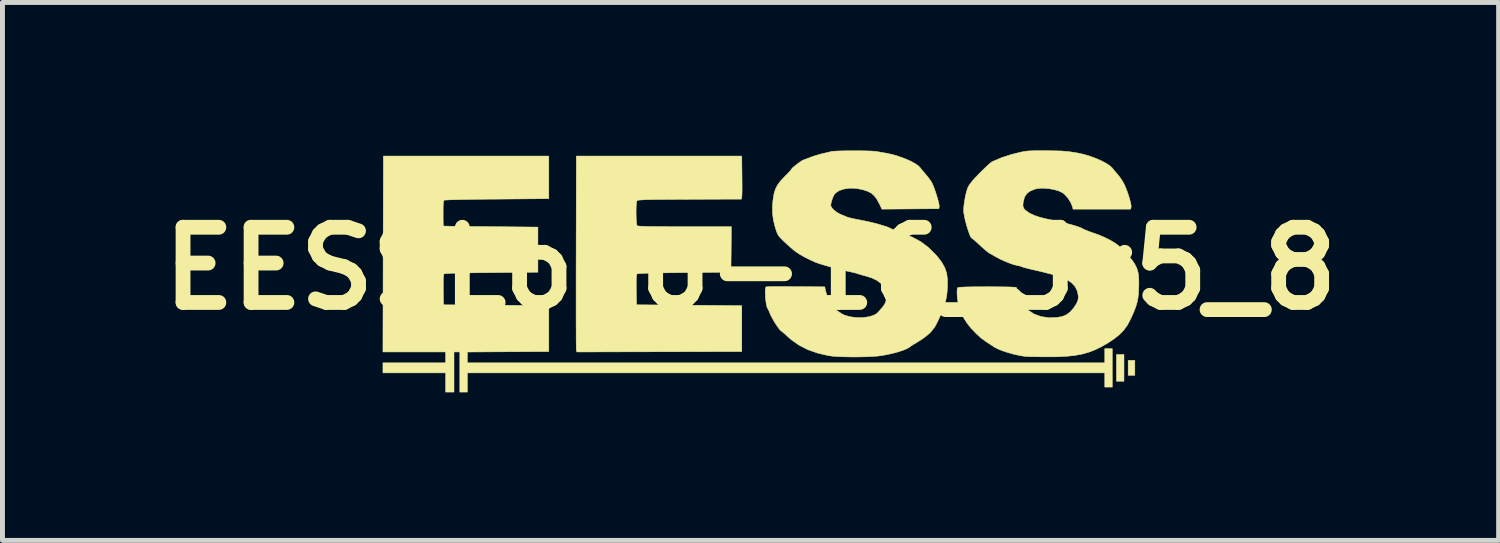
<source format=kicad_pcb>
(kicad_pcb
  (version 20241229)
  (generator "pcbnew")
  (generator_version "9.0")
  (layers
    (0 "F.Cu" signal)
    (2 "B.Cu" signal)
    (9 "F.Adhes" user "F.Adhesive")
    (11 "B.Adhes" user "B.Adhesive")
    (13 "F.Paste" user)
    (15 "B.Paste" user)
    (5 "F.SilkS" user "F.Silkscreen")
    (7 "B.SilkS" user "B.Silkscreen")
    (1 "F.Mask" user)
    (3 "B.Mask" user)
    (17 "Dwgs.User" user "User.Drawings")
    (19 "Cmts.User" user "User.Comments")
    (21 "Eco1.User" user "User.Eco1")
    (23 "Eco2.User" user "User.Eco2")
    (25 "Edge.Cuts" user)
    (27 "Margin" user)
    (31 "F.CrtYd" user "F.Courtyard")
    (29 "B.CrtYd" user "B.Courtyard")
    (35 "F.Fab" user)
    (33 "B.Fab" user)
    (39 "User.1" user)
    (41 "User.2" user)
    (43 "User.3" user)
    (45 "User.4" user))
  (footprint "EESSLogo-16_3x5_8"
    (layer "F.Cu")
    (at 12.163 2.391)
    (property "Reference" "EESSLogo-16_3x5_8" (at 0 0 0) (layer "F.SilkS") (effects (font (size 1.524 1.524) (thickness 0.3))))
    (attr through_hole)
    (fp_poly (pts (xy 7.569 2.286) (xy 7.417 2.286) (xy 7.417 1.744) (xy 7.569 1.744) (xy 7.569 2.286)) (stroke (width 0.01) (type solid)) (fill yes) (layer "F.SilkS"))
    (fp_poly (pts (xy 7.789 2.167) (xy 7.654 2.167) (xy 7.654 1.863) (xy 7.789 1.863) (xy 7.789 2.167)) (stroke (width 0.01) (type solid)) (fill yes) (layer "F.SilkS"))
    (fp_poly (pts (xy -4.089 -1.414) (xy -5.139 -1.405) (xy -5.325 -1.404) (xy -5.501 -1.402) (xy -5.664 -1.399) (xy -5.812 -1.397) (xy -5.941 -1.394) (xy -6.048 -1.392) (xy -6.13 -1.389) (xy -6.185 -1.386) (xy -6.21 -1.384) (xy -6.21 -1.383) (xy -6.219 -1.366) (xy -6.226 -1.327) (xy -6.23 -1.262) (xy -6.231 -1.168) (xy -6.231 -1.117) (xy -6.231 -1.028) (xy -6.23 -0.952) (xy -6.229 -0.896) (xy -6.228 -0.864) (xy -6.227 -0.86) (xy -6.21 -0.859) (xy -6.162 -0.858) (xy -6.086 -0.856) (xy -5.985 -0.855) (xy -5.863 -0.853) (xy -5.722 -0.852) (xy -5.565 -0.85) (xy -5.396 -0.848) (xy -5.266 -0.847) (xy -4.31 -0.838) (xy -4.31 0.076) (xy -5.253 0.085) (xy -5.487 0.087) (xy -5.688 0.09) (xy -5.856 0.093) (xy -5.991 0.096) (xy -6.094 0.1) (xy -6.165 0.104) (xy -6.205 0.108) (xy -6.214 0.111) (xy -6.221 0.137) (xy -6.226 0.195) (xy -6.228 0.286) (xy -6.228 0.408) (xy -6.228 0.433) (xy -6.223 0.737) (xy -5.156 0.745) (xy -4.089 0.754) (xy -4.089 1.685) (xy -4.915 1.689) (xy -5.74 1.694) (xy -5.74 1.913) (xy 7.18 1.913) (xy 7.18 1.626) (xy 7.332 1.626) (xy 7.332 2.405) (xy 7.18 2.405) (xy 7.18 2.117) (xy -5.74 2.117) (xy -5.74 2.506) (xy -5.893 2.506) (xy -5.893 1.693) (xy -6.011 1.693) (xy -6.011 2.506) (xy -6.181 2.506) (xy -6.181 2.117) (xy -7.451 2.117) (xy -7.451 1.913) (xy -6.181 1.913) (xy -6.181 1.693) (xy -7.451 1.693) (xy -7.447 -0.292) (xy -7.442 -2.278) (xy -4.089 -2.278) (xy -4.089 -1.414)) (stroke (width 0.01) (type solid)) (fill yes) (layer "F.SilkS"))
    (fp_poly (pts (xy -0.173 -1.841) (xy -0.172 -1.703) (xy -0.172 -1.596) (xy -0.173 -1.516) (xy -0.176 -1.46) (xy -0.18 -1.425) (xy -0.186 -1.408) (xy -0.19 -1.405) (xy -0.211 -1.405) (xy -0.262 -1.405) (xy -0.341 -1.405) (xy -0.445 -1.405) (xy -0.571 -1.404) (xy -0.716 -1.403) (xy -0.877 -1.403) (xy -1.051 -1.402) (xy -1.235 -1.401) (xy -1.249 -1.401) (xy -1.466 -1.4) (xy -1.65 -1.399) (xy -1.806 -1.398) (xy -1.935 -1.397) (xy -2.04 -1.395) (xy -2.123 -1.393) (xy -2.187 -1.39) (xy -2.235 -1.387) (xy -2.268 -1.384) (xy -2.288 -1.38) (xy -2.3 -1.375) (xy -2.303 -1.372) (xy -2.311 -1.343) (xy -2.316 -1.29) (xy -2.319 -1.219) (xy -2.32 -1.139) (xy -2.319 -1.057) (xy -2.316 -0.981) (xy -2.311 -0.919) (xy -2.304 -0.878) (xy -2.3 -0.867) (xy -2.286 -0.862) (xy -2.255 -0.858) (xy -2.204 -0.855) (xy -2.132 -0.852) (xy -2.035 -0.85) (xy -1.913 -0.849) (xy -1.764 -0.848) (xy -1.585 -0.847) (xy -1.374 -0.847) (xy -1.334 -0.847) (xy -0.389 -0.847) (xy -0.393 -0.385) (xy -0.398 0.076) (xy -1.341 0.085) (xy -1.576 0.087) (xy -1.776 0.09) (xy -1.944 0.093) (xy -2.08 0.096) (xy -2.183 0.1) (xy -2.254 0.104) (xy -2.293 0.108) (xy -2.302 0.111) (xy -2.31 0.137) (xy -2.315 0.195) (xy -2.317 0.286) (xy -2.316 0.408) (xy -2.316 0.433) (xy -2.311 0.737) (xy -1.245 0.745) (xy -0.178 0.754) (xy -0.178 1.685) (xy -3.521 1.693) (xy -3.531 1.655) (xy -3.532 1.634) (xy -3.533 1.58) (xy -3.534 1.497) (xy -3.535 1.387) (xy -3.535 1.252) (xy -3.536 1.093) (xy -3.536 0.914) (xy -3.536 0.716) (xy -3.536 0.502) (xy -3.536 0.273) (xy -3.536 0.032) (xy -3.535 -0.219) (xy -3.535 -0.33) (xy -3.531 -2.278) (xy -0.178 -2.278) (xy -0.173 -1.841)) (stroke (width 0.01) (type solid)) (fill yes) (layer "F.SilkS"))
    (fp_poly (pts (xy 5.972 -2.386) (xy 6.107 -2.385) (xy 6.216 -2.383) (xy 6.306 -2.38) (xy 6.385 -2.374) (xy 6.459 -2.366) (xy 6.538 -2.355) (xy 6.627 -2.34) (xy 6.638 -2.338) (xy 6.755 -2.312) (xy 6.877 -2.276) (xy 6.996 -2.232) (xy 7.108 -2.183) (xy 7.205 -2.132) (xy 7.282 -2.082) (xy 7.334 -2.034) (xy 7.342 -2.023) (xy 7.367 -1.991) (xy 7.405 -1.946) (xy 7.439 -1.907) (xy 7.487 -1.847) (xy 7.536 -1.775) (xy 7.566 -1.722) (xy 7.598 -1.652) (xy 7.631 -1.569) (xy 7.661 -1.482) (xy 7.686 -1.398) (xy 7.705 -1.325) (xy 7.714 -1.269) (xy 7.714 -1.242) (xy 7.704 -1.202) (xy 7.12 -1.202) (xy 6.537 -1.202) (xy 6.526 -1.247) (xy 6.493 -1.331) (xy 6.44 -1.417) (xy 6.377 -1.491) (xy 6.326 -1.533) (xy 6.249 -1.57) (xy 6.15 -1.599) (xy 6.04 -1.618) (xy 5.93 -1.627) (xy 5.83 -1.622) (xy 5.765 -1.608) (xy 5.672 -1.57) (xy 5.607 -1.524) (xy 5.564 -1.466) (xy 5.546 -1.42) (xy 5.525 -1.334) (xy 5.521 -1.27) (xy 5.535 -1.222) (xy 5.568 -1.182) (xy 5.573 -1.178) (xy 5.653 -1.122) (xy 5.751 -1.075) (xy 5.874 -1.034) (xy 6.024 -0.997) (xy 6.113 -0.98) (xy 6.19 -0.966) (xy 6.255 -0.953) (xy 6.3 -0.944) (xy 6.318 -0.939) (xy 6.337 -0.932) (xy 6.382 -0.919) (xy 6.445 -0.902) (xy 6.495 -0.889) (xy 6.574 -0.866) (xy 6.65 -0.841) (xy 6.709 -0.817) (xy 6.73 -0.806) (xy 6.776 -0.783) (xy 6.844 -0.756) (xy 6.922 -0.727) (xy 6.968 -0.712) (xy 7.075 -0.673) (xy 7.189 -0.623) (xy 7.299 -0.567) (xy 7.393 -0.51) (xy 7.438 -0.478) (xy 7.496 -0.428) (xy 7.565 -0.36) (xy 7.636 -0.284) (xy 7.701 -0.209) (xy 7.738 -0.162) (xy 7.79 -0.084) (xy 7.828 -0.008) (xy 7.853 0.074) (xy 7.867 0.167) (xy 7.871 0.281) (xy 7.869 0.381) (xy 7.864 0.494) (xy 7.854 0.591) (xy 7.837 0.68) (xy 7.811 0.769) (xy 7.774 0.868) (xy 7.723 0.984) (xy 7.699 1.036) (xy 7.638 1.15) (xy 7.565 1.25) (xy 7.476 1.341) (xy 7.364 1.43) (xy 7.247 1.508) (xy 7.113 1.586) (xy 6.982 1.65) (xy 6.85 1.7) (xy 6.712 1.738) (xy 6.561 1.765) (xy 6.393 1.782) (xy 6.203 1.791) (xy 5.997 1.792) (xy 5.883 1.791) (xy 5.778 1.79) (xy 5.688 1.788) (xy 5.617 1.786) (xy 5.573 1.784) (xy 5.563 1.783) (xy 5.453 1.765) (xy 5.336 1.739) (xy 5.218 1.706) (xy 5.109 1.67) (xy 5.016 1.633) (xy 4.947 1.598) (xy 4.941 1.594) (xy 4.885 1.557) (xy 4.819 1.514) (xy 4.775 1.485) (xy 4.671 1.409) (xy 4.569 1.316) (xy 4.473 1.215) (xy 4.39 1.111) (xy 4.325 1.011) (xy 4.284 0.921) (xy 4.283 0.917) (xy 4.265 0.871) (xy 4.248 0.837) (xy 4.246 0.834) (xy 4.229 0.798) (xy 4.214 0.738) (xy 4.201 0.664) (xy 4.191 0.585) (xy 4.186 0.509) (xy 4.186 0.445) (xy 4.192 0.402) (xy 4.196 0.393) (xy 4.208 0.387) (xy 4.235 0.382) (xy 4.281 0.379) (xy 4.349 0.376) (xy 4.44 0.374) (xy 4.559 0.372) (xy 4.708 0.372) (xy 4.792 0.371) (xy 4.929 0.372) (xy 5.055 0.373) (xy 5.167 0.374) (xy 5.26 0.376) (xy 5.33 0.379) (xy 5.373 0.382) (xy 5.386 0.384) (xy 5.396 0.408) (xy 5.409 0.452) (xy 5.416 0.483) (xy 5.461 0.625) (xy 5.533 0.747) (xy 5.629 0.847) (xy 5.746 0.924) (xy 5.882 0.974) (xy 6.035 0.998) (xy 6.086 0.999) (xy 6.215 0.993) (xy 6.318 0.974) (xy 6.403 0.939) (xy 6.476 0.884) (xy 6.544 0.808) (xy 6.554 0.795) (xy 6.608 0.712) (xy 6.638 0.64) (xy 6.644 0.568) (xy 6.63 0.484) (xy 6.62 0.451) (xy 6.576 0.363) (xy 6.5 0.285) (xy 6.394 0.217) (xy 6.258 0.162) (xy 6.179 0.138) (xy 6.08 0.112) (xy 6.002 0.092) (xy 5.936 0.075) (xy 5.869 0.059) (xy 5.792 0.041) (xy 5.723 0.026) (xy 5.644 0.007) (xy 5.575 -0.011) (xy 5.524 -0.025) (xy 5.5 -0.034) (xy 5.465 -0.047) (xy 5.414 -0.059) (xy 5.398 -0.062) (xy 5.333 -0.078) (xy 5.249 -0.107) (xy 5.154 -0.146) (xy 5.059 -0.189) (xy 4.974 -0.234) (xy 4.952 -0.247) (xy 4.902 -0.276) (xy 4.864 -0.297) (xy 4.847 -0.305) (xy 4.83 -0.316) (xy 4.793 -0.344) (xy 4.743 -0.387) (xy 4.685 -0.438) (xy 4.625 -0.493) (xy 4.583 -0.531) (xy 4.539 -0.571) (xy 4.505 -0.599) (xy 4.488 -0.61) (xy 4.471 -0.625) (xy 4.449 -0.667) (xy 4.425 -0.73) (xy 4.399 -0.807) (xy 4.374 -0.892) (xy 4.351 -0.978) (xy 4.334 -1.06) (xy 4.322 -1.13) (xy 4.319 -1.177) (xy 4.323 -1.26) (xy 4.336 -1.357) (xy 4.354 -1.458) (xy 4.375 -1.551) (xy 4.399 -1.625) (xy 4.408 -1.647) (xy 4.438 -1.699) (xy 4.488 -1.764) (xy 4.559 -1.844) (xy 4.651 -1.939) (xy 4.721 -2.008) (xy 4.785 -2.069) (xy 4.84 -2.119) (xy 4.879 -2.152) (xy 4.894 -2.162) (xy 5.084 -2.244) (xy 5.288 -2.31) (xy 5.388 -2.335) (xy 5.46 -2.353) (xy 5.52 -2.366) (xy 5.575 -2.375) (xy 5.631 -2.381) (xy 5.696 -2.384) (xy 5.776 -2.386) (xy 5.878 -2.386) (xy 5.972 -2.386)) (stroke (width 0.01) (type solid)) (fill yes) (layer "F.SilkS"))
    (fp_poly (pts (xy 2.269 -2.384) (xy 2.371 -2.382) (xy 2.458 -2.379) (xy 2.523 -2.374) (xy 2.548 -2.371) (xy 2.665 -2.351) (xy 2.755 -2.335) (xy 2.828 -2.32) (xy 2.89 -2.305) (xy 2.95 -2.288) (xy 2.985 -2.277) (xy 3.117 -2.23) (xy 3.234 -2.18) (xy 3.33 -2.129) (xy 3.401 -2.08) (xy 3.443 -2.036) (xy 3.46 -2.014) (xy 3.493 -1.974) (xy 3.535 -1.925) (xy 3.541 -1.918) (xy 3.59 -1.859) (xy 3.636 -1.799) (xy 3.668 -1.751) (xy 3.692 -1.702) (xy 3.72 -1.632) (xy 3.749 -1.551) (xy 3.776 -1.466) (xy 3.799 -1.386) (xy 3.816 -1.317) (xy 3.824 -1.269) (xy 3.824 -1.256) (xy 3.818 -1.211) (xy 2.663 -1.202) (xy 2.616 -1.299) (xy 2.563 -1.399) (xy 2.51 -1.471) (xy 2.451 -1.524) (xy 2.376 -1.563) (xy 2.278 -1.595) (xy 2.264 -1.599) (xy 2.137 -1.623) (xy 2.012 -1.627) (xy 1.898 -1.611) (xy 1.799 -1.579) (xy 1.723 -1.529) (xy 1.712 -1.518) (xy 1.685 -1.476) (xy 1.658 -1.414) (xy 1.637 -1.346) (xy 1.626 -1.287) (xy 1.626 -1.276) (xy 1.64 -1.239) (xy 1.677 -1.195) (xy 1.731 -1.15) (xy 1.794 -1.111) (xy 1.829 -1.095) (xy 1.887 -1.071) (xy 1.941 -1.048) (xy 1.956 -1.042) (xy 1.995 -1.03) (xy 2.057 -1.014) (xy 2.131 -0.999) (xy 2.167 -0.992) (xy 2.314 -0.963) (xy 2.454 -0.932) (xy 2.584 -0.899) (xy 2.697 -0.865) (xy 2.788 -0.834) (xy 2.851 -0.805) (xy 2.853 -0.804) (xy 2.9 -0.781) (xy 2.967 -0.753) (xy 3.044 -0.724) (xy 3.082 -0.711) (xy 3.28 -0.634) (xy 3.453 -0.54) (xy 3.607 -0.424) (xy 3.75 -0.282) (xy 3.789 -0.238) (xy 3.875 -0.125) (xy 3.936 -0.017) (xy 3.974 0.094) (xy 3.991 0.217) (xy 3.992 0.361) (xy 3.991 0.373) (xy 3.983 0.489) (xy 3.97 0.587) (xy 3.948 0.68) (xy 3.917 0.784) (xy 3.915 0.787) (xy 3.892 0.849) (xy 3.862 0.923) (xy 3.827 1.001) (xy 3.791 1.077) (xy 3.759 1.141) (xy 3.733 1.188) (xy 3.719 1.206) (xy 3.693 1.237) (xy 3.674 1.264) (xy 3.638 1.304) (xy 3.581 1.354) (xy 3.51 1.409) (xy 3.434 1.461) (xy 3.362 1.505) (xy 3.361 1.506) (xy 3.304 1.539) (xy 3.254 1.571) (xy 3.226 1.592) (xy 3.178 1.623) (xy 3.102 1.655) (xy 3.004 1.688) (xy 2.89 1.719) (xy 2.764 1.747) (xy 2.648 1.768) (xy 2.558 1.778) (xy 2.444 1.786) (xy 2.313 1.791) (xy 2.172 1.794) (xy 2.029 1.794) (xy 1.89 1.791) (xy 1.764 1.786) (xy 1.658 1.778) (xy 1.583 1.768) (xy 1.361 1.717) (xy 1.164 1.648) (xy 0.987 1.558) (xy 0.826 1.445) (xy 0.751 1.379) (xy 0.699 1.332) (xy 0.654 1.293) (xy 0.623 1.269) (xy 0.617 1.265) (xy 0.593 1.242) (xy 0.558 1.196) (xy 0.517 1.136) (xy 0.475 1.069) (xy 0.437 1.002) (xy 0.407 0.944) (xy 0.396 0.918) (xy 0.375 0.866) (xy 0.355 0.825) (xy 0.347 0.813) (xy 0.332 0.779) (xy 0.319 0.722) (xy 0.309 0.651) (xy 0.301 0.573) (xy 0.298 0.498) (xy 0.299 0.435) (xy 0.305 0.391) (xy 0.312 0.377) (xy 0.317 0.374) (xy 0.329 0.372) (xy 0.35 0.37) (xy 0.385 0.369) (xy 0.435 0.368) (xy 0.505 0.368) (xy 0.597 0.368) (xy 0.716 0.368) (xy 0.863 0.369) (xy 0.951 0.369) (xy 1.505 0.373) (xy 1.524 0.467) (xy 1.57 0.613) (xy 1.641 0.739) (xy 1.736 0.843) (xy 1.852 0.922) (xy 1.911 0.949) (xy 2.021 0.98) (xy 2.149 0.996) (xy 2.279 0.996) (xy 2.399 0.979) (xy 2.445 0.966) (xy 2.493 0.949) (xy 2.53 0.932) (xy 2.563 0.91) (xy 2.597 0.876) (xy 2.64 0.827) (xy 2.696 0.759) (xy 2.737 0.689) (xy 2.753 0.61) (xy 2.745 0.516) (xy 2.735 0.472) (xy 2.7 0.379) (xy 2.642 0.303) (xy 2.559 0.24) (xy 2.449 0.189) (xy 2.331 0.153) (xy 2.265 0.135) (xy 2.207 0.118) (xy 2.168 0.106) (xy 2.167 0.105) (xy 2.134 0.095) (xy 2.075 0.08) (xy 2.002 0.064) (xy 1.947 0.052) (xy 1.866 0.034) (xy 1.787 0.015) (xy 1.702 -0.007) (xy 1.604 -0.035) (xy 1.486 -0.069) (xy 1.397 -0.096) (xy 1.312 -0.126) (xy 1.211 -0.172) (xy 1.105 -0.225) (xy 1.005 -0.281) (xy 0.923 -0.335) (xy 0.91 -0.344) (xy 0.854 -0.389) (xy 0.786 -0.448) (xy 0.715 -0.512) (xy 0.682 -0.543) (xy 0.623 -0.601) (xy 0.583 -0.644) (xy 0.555 -0.684) (xy 0.534 -0.73) (xy 0.513 -0.791) (xy 0.501 -0.829) (xy 0.463 -0.978) (xy 0.445 -1.123) (xy 0.445 -1.277) (xy 0.455 -1.385) (xy 0.474 -1.506) (xy 0.503 -1.605) (xy 0.547 -1.692) (xy 0.611 -1.777) (xy 0.695 -1.865) (xy 0.749 -1.919) (xy 0.793 -1.966) (xy 0.821 -1.999) (xy 0.83 -2.013) (xy 0.842 -2.03) (xy 0.875 -2.06) (xy 0.921 -2.097) (xy 0.971 -2.135) (xy 1.018 -2.169) (xy 1.055 -2.191) (xy 1.067 -2.197) (xy 1.094 -2.206) (xy 1.143 -2.225) (xy 1.205 -2.248) (xy 1.219 -2.254) (xy 1.299 -2.282) (xy 1.385 -2.308) (xy 1.456 -2.327) (xy 1.526 -2.343) (xy 1.594 -2.359) (xy 1.634 -2.369) (xy 1.673 -2.375) (xy 1.739 -2.379) (xy 1.827 -2.382) (xy 1.93 -2.384) (xy 2.042 -2.385) (xy 2.157 -2.385) (xy 2.269 -2.384)) (stroke (width 0.01) (type solid)) (fill yes) (layer "F.SilkS")))
  (gr_rect
    (start -3 -3)
    (end 27.326 7.903)
    (stroke (width 0.1) (type default))
    (fill no)
    (layer "Edge.Cuts")))
</source>
